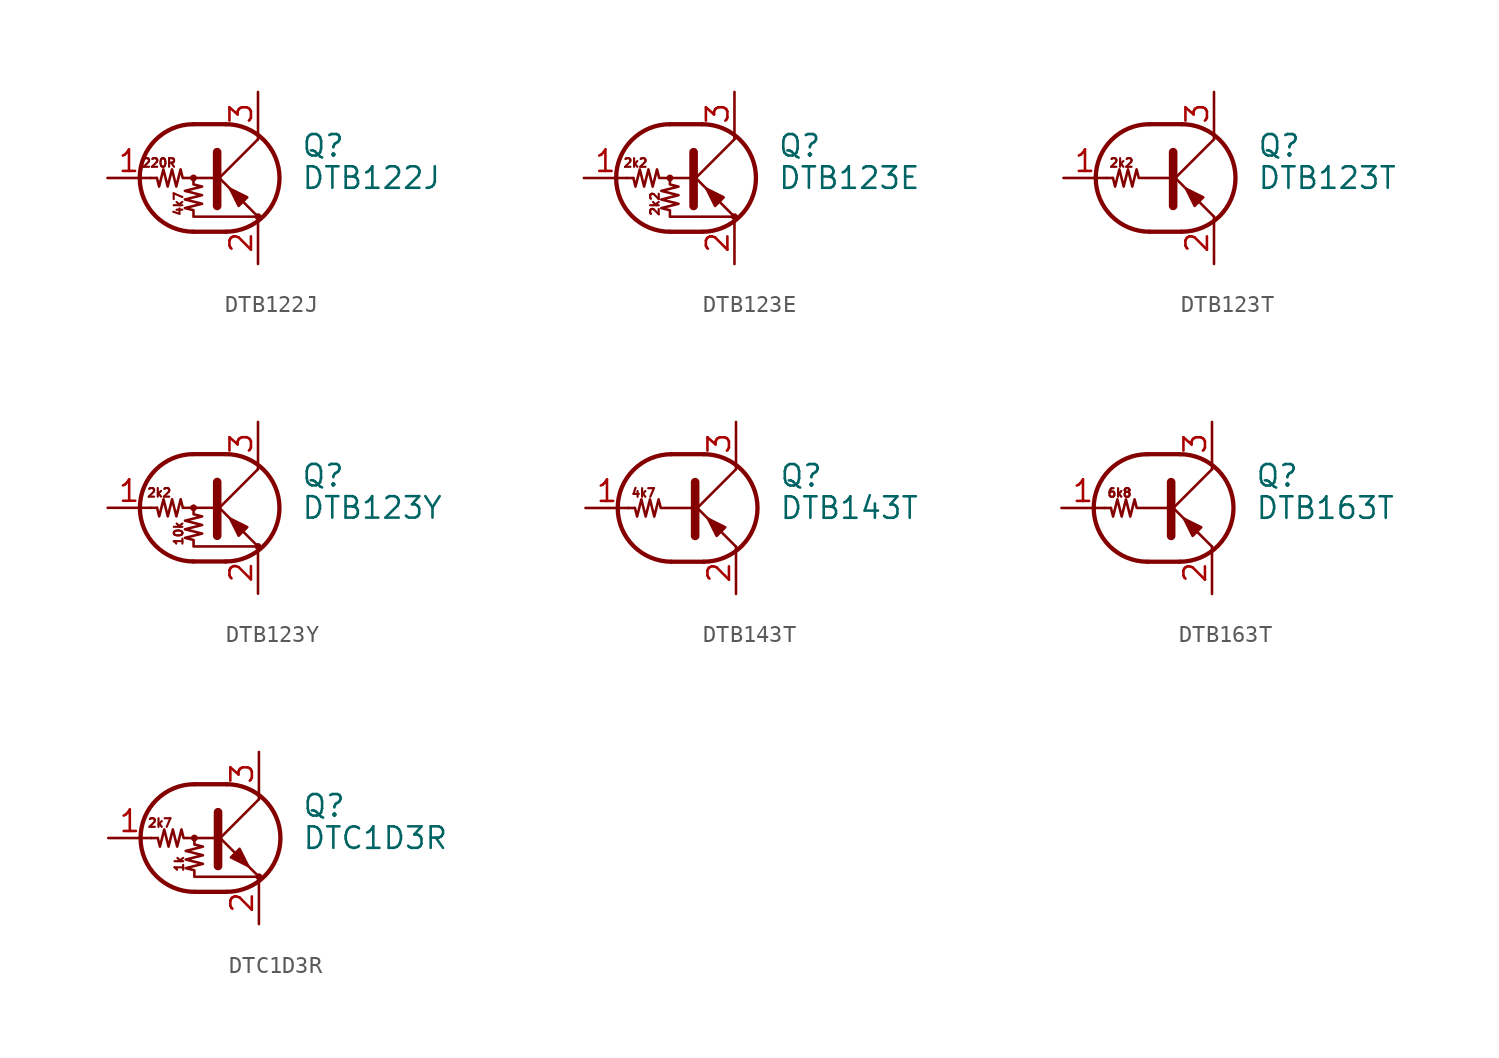
<source format=kicad_sym>
(kicad_symbol_lib
  (version 20241209)
  (generator "kicad_symbol_editor")
  (generator_version "9.0")
  (symbol "DTB122J"
    (pin_names
      (offset 0)
      (hide yes))
    (property "Reference" "Q"
      (at 5.08 1.905 0)
      (effects (font (size 1.27 1.27)) (justify left)))
    (property "Value" "DTB122J"
      (at 5.08 0 0)
      (effects (font (size 1.27 1.27)) (justify left)))
    (symbol "DTB122J_0_0"
      (text "220R" (at -3.302 0.889 0) (effects (font (size 0.508 0.508))))
      (text "4k7" (at -2.159 -1.524 900) (effects (font (size 0.508 0.508)))))
    (symbol "DTB122J_0_1"
      (polyline (pts (xy -3.429 0) (xy -3.81 0)) (stroke (width 0) (type default)) (fill (type none)))
      (polyline (pts (xy -1.27 3.175) (xy 0.635 3.175)) (stroke (width 0.254) (type default)) (fill (type none)))
      (circle (center -1.27 0) (radius 0.127) (stroke (width 0) (type default)) (fill (type none)))
      (polyline (pts (xy -1.27 0) (xy -1.27 -0.381) (xy -0.762 -0.508) (xy -1.778 -0.762) (xy -0.762 -1.016) (xy -1.778 -1.27) (xy -0.762 -1.524) (xy -1.778 -1.778) (xy -1.27 -1.905) (xy -1.27 -2.286) (xy 2.54 -2.286)) (stroke (width 0) (type default)) (fill (type none)))
      (polyline (pts (xy -1.27 -3.175) (xy 0.635 -3.175)) (stroke (width 0.254) (type default)) (fill (type none)))
      (arc (start -1.27 -3.175) (mid -4.4312 0) (end -1.27 3.175) (stroke (width 0.254) (type default)) (fill (type none)))
      (polyline (pts (xy 0 0) (xy -1.905 0) (xy -2.032 0.508) (xy -2.286 -0.508) (xy -2.54 0.508) (xy -2.794 -0.508) (xy -3.048 0.508) (xy -3.302 -0.508) (xy -3.429 0)) (stroke (width 0) (type default)) (fill (type none)))
      (polyline (pts (xy 0 -0.254) (xy 2.54 2.286)) (stroke (width 0) (type default)) (fill (type none)))
      (polyline (pts (xy 0.127 1.524) (xy 0.127 -1.651)) (stroke (width 0.508) (type default)) (fill (type outline)))
      (arc (start 0.635 3.175) (mid 3.7962 0) (end 0.635 -3.175) (stroke (width 0.254) (type default)) (fill (type none)))
      (polyline (pts (xy 1.397 -1.651) (xy 1.905 -1.143) (xy 0.889 -0.635) (xy 1.397 -1.651)) (stroke (width 0) (type default)) (fill (type outline)))
      (polyline (pts (xy 2.54 2.286) (xy 2.54 2.54)) (stroke (width 0) (type default)) (fill (type none)))
      (polyline (pts (xy 2.54 -2.286) (xy 0 0.254) (xy 0 0.254)) (stroke (width 0) (type default)) (fill (type none)))
      (circle (center 2.54 -2.286) (radius 0.127) (stroke (width 0) (type default)) (fill (type none))))
    (symbol "DTB122J_1_1"
      (pin input line (at -6.35 0 0) (length 2.54) (name "B" (effects (font (size 1.27 1.27)))) (number "1" (effects (font (size 1.27 1.27)))))
      (pin passive line (at 2.54 5.08 270) (length 2.54) (name "C" (effects (font (size 1.27 1.27)))) (number "3" (effects (font (size 1.27 1.27)))))
      (pin passive line (at 2.54 -5.08 90) (length 2.54) (name "E" (effects (font (size 1.27 1.27)))) (number "2" (effects (font (size 1.27 1.27)))))))
  (symbol "DTB123E"
    (pin_names
      (offset 0)
      (hide yes))
    (property "Reference" "Q"
      (at 5.08 1.905 0)
      (effects (font (size 1.27 1.27)) (justify left)))
    (property "Value" "DTB123E"
      (at 5.08 0 0)
      (effects (font (size 1.27 1.27)) (justify left)))
    (symbol "DTB123E_0_0"
      (text "2k2" (at -3.302 0.889 0) (effects (font (size 0.508 0.508))))
      (text "2k2" (at -2.159 -1.524 900) (effects (font (size 0.508 0.508)))))
    (symbol "DTB123E_0_1"
      (polyline (pts (xy -3.429 0) (xy -3.81 0)) (stroke (width 0) (type default)) (fill (type none)))
      (polyline (pts (xy -1.27 3.175) (xy 0.635 3.175)) (stroke (width 0.254) (type default)) (fill (type none)))
      (circle (center -1.27 0) (radius 0.127) (stroke (width 0) (type default)) (fill (type none)))
      (polyline (pts (xy -1.27 0) (xy -1.27 -0.381) (xy -0.762 -0.508) (xy -1.778 -0.762) (xy -0.762 -1.016) (xy -1.778 -1.27) (xy -0.762 -1.524) (xy -1.778 -1.778) (xy -1.27 -1.905) (xy -1.27 -2.286) (xy 2.54 -2.286)) (stroke (width 0) (type default)) (fill (type none)))
      (polyline (pts (xy -1.27 -3.175) (xy 0.635 -3.175)) (stroke (width 0.254) (type default)) (fill (type none)))
      (arc (start -1.27 -3.175) (mid -4.4312 0) (end -1.27 3.175) (stroke (width 0.254) (type default)) (fill (type none)))
      (polyline (pts (xy 0 0) (xy -1.905 0) (xy -2.032 0.508) (xy -2.286 -0.508) (xy -2.54 0.508) (xy -2.794 -0.508) (xy -3.048 0.508) (xy -3.302 -0.508) (xy -3.429 0)) (stroke (width 0) (type default)) (fill (type none)))
      (polyline (pts (xy 0 -0.254) (xy 2.54 2.286)) (stroke (width 0) (type default)) (fill (type none)))
      (polyline (pts (xy 0.127 1.524) (xy 0.127 -1.651)) (stroke (width 0.508) (type default)) (fill (type outline)))
      (arc (start 0.635 3.175) (mid 3.7962 0) (end 0.635 -3.175) (stroke (width 0.254) (type default)) (fill (type none)))
      (polyline (pts (xy 1.397 -1.651) (xy 1.905 -1.143) (xy 0.889 -0.635) (xy 1.397 -1.651)) (stroke (width 0) (type default)) (fill (type outline)))
      (polyline (pts (xy 2.54 2.286) (xy 2.54 2.54)) (stroke (width 0) (type default)) (fill (type none)))
      (polyline (pts (xy 2.54 -2.286) (xy 0 0.254) (xy 0 0.254)) (stroke (width 0) (type default)) (fill (type none)))
      (circle (center 2.54 -2.286) (radius 0.127) (stroke (width 0) (type default)) (fill (type none))))
    (symbol "DTB123E_1_1"
      (pin input line (at -6.35 0 0) (length 2.54) (name "B" (effects (font (size 1.27 1.27)))) (number "1" (effects (font (size 1.27 1.27)))))
      (pin passive line (at 2.54 5.08 270) (length 2.54) (name "C" (effects (font (size 1.27 1.27)))) (number "3" (effects (font (size 1.27 1.27)))))
      (pin passive line (at 2.54 -5.08 90) (length 2.54) (name "E" (effects (font (size 1.27 1.27)))) (number "2" (effects (font (size 1.27 1.27)))))))
  (symbol "DTB123T"
    (pin_names
      (offset 0)
      (hide yes))
    (property "Reference" "Q"
      (at 5.08 1.905 0)
      (effects (font (size 1.27 1.27)) (justify left)))
    (property "Value" "DTB123T"
      (at 5.08 0 0)
      (effects (font (size 1.27 1.27)) (justify left)))
    (symbol "DTB123T_0_0"
      (polyline (pts (xy 2.54 -2.286) (xy 2.54 -2.54)) (stroke (width 0) (type default)) (fill (type none)))
      (text "2k2" (at -2.921 0.889 0) (effects (font (size 0.508 0.508)))))
    (symbol "DTB123T_0_1"
      (polyline (pts (xy -3.429 0) (xy -3.81 0)) (stroke (width 0) (type default)) (fill (type none)))
      (polyline (pts (xy -1.27 3.175) (xy 0.635 3.175)) (stroke (width 0.254) (type default)) (fill (type none)))
      (polyline (pts (xy -1.27 -3.175) (xy 0.635 -3.175)) (stroke (width 0.254) (type default)) (fill (type none)))
      (arc (start -1.27 -3.175) (mid -4.4312 0) (end -1.27 3.175) (stroke (width 0.254) (type default)) (fill (type none)))
      (polyline (pts (xy 0 0) (xy -1.905 0) (xy -2.032 0.508) (xy -2.286 -0.508) (xy -2.54 0.508) (xy -2.794 -0.508) (xy -3.048 0.508) (xy -3.302 -0.508) (xy -3.429 0)) (stroke (width 0) (type default)) (fill (type none)))
      (polyline (pts (xy 0 -0.254) (xy 2.54 2.286)) (stroke (width 0) (type default)) (fill (type none)))
      (polyline (pts (xy 0.127 1.524) (xy 0.127 -1.651)) (stroke (width 0.508) (type default)) (fill (type outline)))
      (arc (start 0.635 3.175) (mid 3.7962 0) (end 0.635 -3.175) (stroke (width 0.254) (type default)) (fill (type none)))
      (polyline (pts (xy 1.397 -1.651) (xy 1.905 -1.143) (xy 0.889 -0.635) (xy 1.397 -1.651)) (stroke (width 0) (type default)) (fill (type outline)))
      (polyline (pts (xy 2.54 2.286) (xy 2.54 2.54)) (stroke (width 0) (type default)) (fill (type none)))
      (polyline (pts (xy 2.54 -2.286) (xy 0 0.254) (xy 0 0.254)) (stroke (width 0) (type default)) (fill (type none))))
    (symbol "DTB123T_1_1"
      (pin input line (at -6.35 0 0) (length 2.54) (name "B" (effects (font (size 1.27 1.27)))) (number "1" (effects (font (size 1.27 1.27)))))
      (pin passive line (at 2.54 5.08 270) (length 2.54) (name "C" (effects (font (size 1.27 1.27)))) (number "3" (effects (font (size 1.27 1.27)))))
      (pin passive line (at 2.54 -5.08 90) (length 2.54) (name "E" (effects (font (size 1.27 1.27)))) (number "2" (effects (font (size 1.27 1.27)))))))
  (symbol "DTB123Y"
    (pin_names
      (offset 0)
      (hide yes))
    (property "Reference" "Q"
      (at 5.08 1.905 0)
      (effects (font (size 1.27 1.27)) (justify left)))
    (property "Value" "DTB123Y"
      (at 5.08 0 0)
      (effects (font (size 1.27 1.27)) (justify left)))
    (symbol "DTB123Y_0_0"
      (text "2k2" (at -3.302 0.889 0) (effects (font (size 0.508 0.508))))
      (text "10k" (at -2.159 -1.524 900) (effects (font (size 0.508 0.508)))))
    (symbol "DTB123Y_0_1"
      (polyline (pts (xy -3.429 0) (xy -3.81 0)) (stroke (width 0) (type default)) (fill (type none)))
      (polyline (pts (xy -1.27 3.175) (xy 0.635 3.175)) (stroke (width 0.254) (type default)) (fill (type none)))
      (circle (center -1.27 0) (radius 0.127) (stroke (width 0) (type default)) (fill (type none)))
      (polyline (pts (xy -1.27 0) (xy -1.27 -0.381) (xy -0.762 -0.508) (xy -1.778 -0.762) (xy -0.762 -1.016) (xy -1.778 -1.27) (xy -0.762 -1.524) (xy -1.778 -1.778) (xy -1.27 -1.905) (xy -1.27 -2.286) (xy 2.54 -2.286)) (stroke (width 0) (type default)) (fill (type none)))
      (polyline (pts (xy -1.27 -3.175) (xy 0.635 -3.175)) (stroke (width 0.254) (type default)) (fill (type none)))
      (arc (start -1.27 -3.175) (mid -4.4312 0) (end -1.27 3.175) (stroke (width 0.254) (type default)) (fill (type none)))
      (polyline (pts (xy 0 0) (xy -1.905 0) (xy -2.032 0.508) (xy -2.286 -0.508) (xy -2.54 0.508) (xy -2.794 -0.508) (xy -3.048 0.508) (xy -3.302 -0.508) (xy -3.429 0)) (stroke (width 0) (type default)) (fill (type none)))
      (polyline (pts (xy 0 -0.254) (xy 2.54 2.286)) (stroke (width 0) (type default)) (fill (type none)))
      (polyline (pts (xy 0.127 1.524) (xy 0.127 -1.651)) (stroke (width 0.508) (type default)) (fill (type outline)))
      (arc (start 0.635 3.175) (mid 3.7962 0) (end 0.635 -3.175) (stroke (width 0.254) (type default)) (fill (type none)))
      (polyline (pts (xy 1.397 -1.651) (xy 1.905 -1.143) (xy 0.889 -0.635) (xy 1.397 -1.651)) (stroke (width 0) (type default)) (fill (type outline)))
      (polyline (pts (xy 2.54 2.286) (xy 2.54 2.54)) (stroke (width 0) (type default)) (fill (type none)))
      (polyline (pts (xy 2.54 -2.286) (xy 0 0.254) (xy 0 0.254)) (stroke (width 0) (type default)) (fill (type none)))
      (circle (center 2.54 -2.286) (radius 0.127) (stroke (width 0) (type default)) (fill (type none))))
    (symbol "DTB123Y_1_1"
      (pin input line (at -6.35 0 0) (length 2.54) (name "B" (effects (font (size 1.27 1.27)))) (number "1" (effects (font (size 1.27 1.27)))))
      (pin passive line (at 2.54 5.08 270) (length 2.54) (name "C" (effects (font (size 1.27 1.27)))) (number "3" (effects (font (size 1.27 1.27)))))
      (pin passive line (at 2.54 -5.08 90) (length 2.54) (name "E" (effects (font (size 1.27 1.27)))) (number "2" (effects (font (size 1.27 1.27)))))))
  (symbol "DTB143T"
    (pin_names
      (offset 0)
      (hide yes))
    (property "Reference" "Q"
      (at 5.08 1.905 0)
      (effects (font (size 1.27 1.27)) (justify left)))
    (property "Value" "DTB143T"
      (at 5.08 0 0)
      (effects (font (size 1.27 1.27)) (justify left)))
    (symbol "DTB143T_0_0"
      (polyline (pts (xy 2.54 -2.286) (xy 2.54 -2.54)) (stroke (width 0) (type default)) (fill (type none)))
      (text "4k7" (at -2.921 0.889 0) (effects (font (size 0.508 0.508)))))
    (symbol "DTB143T_0_1"
      (polyline (pts (xy -3.429 0) (xy -3.81 0)) (stroke (width 0) (type default)) (fill (type none)))
      (polyline (pts (xy -1.27 3.175) (xy 0.635 3.175)) (stroke (width 0.254) (type default)) (fill (type none)))
      (polyline (pts (xy -1.27 -3.175) (xy 0.635 -3.175)) (stroke (width 0.254) (type default)) (fill (type none)))
      (arc (start -1.27 -3.175) (mid -4.4312 0) (end -1.27 3.175) (stroke (width 0.254) (type default)) (fill (type none)))
      (polyline (pts (xy 0 0) (xy -1.905 0) (xy -2.032 0.508) (xy -2.286 -0.508) (xy -2.54 0.508) (xy -2.794 -0.508) (xy -3.048 0.508) (xy -3.302 -0.508) (xy -3.429 0)) (stroke (width 0) (type default)) (fill (type none)))
      (polyline (pts (xy 0 -0.254) (xy 2.54 2.286)) (stroke (width 0) (type default)) (fill (type none)))
      (polyline (pts (xy 0.127 1.524) (xy 0.127 -1.651)) (stroke (width 0.508) (type default)) (fill (type outline)))
      (arc (start 0.635 3.175) (mid 3.7962 0) (end 0.635 -3.175) (stroke (width 0.254) (type default)) (fill (type none)))
      (polyline (pts (xy 1.397 -1.651) (xy 1.905 -1.143) (xy 0.889 -0.635) (xy 1.397 -1.651)) (stroke (width 0) (type default)) (fill (type outline)))
      (polyline (pts (xy 2.54 2.286) (xy 2.54 2.54)) (stroke (width 0) (type default)) (fill (type none)))
      (polyline (pts (xy 2.54 -2.286) (xy 0 0.254) (xy 0 0.254)) (stroke (width 0) (type default)) (fill (type none))))
    (symbol "DTB143T_1_1"
      (pin input line (at -6.35 0 0) (length 2.54) (name "B" (effects (font (size 1.27 1.27)))) (number "1" (effects (font (size 1.27 1.27)))))
      (pin passive line (at 2.54 5.08 270) (length 2.54) (name "C" (effects (font (size 1.27 1.27)))) (number "3" (effects (font (size 1.27 1.27)))))
      (pin passive line (at 2.54 -5.08 90) (length 2.54) (name "E" (effects (font (size 1.27 1.27)))) (number "2" (effects (font (size 1.27 1.27)))))))
  (symbol "DTB163T"
    (pin_names
      (offset 0)
      (hide yes))
    (property "Reference" "Q"
      (at 5.08 1.905 0)
      (effects (font (size 1.27 1.27)) (justify left)))
    (property "Value" "DTB163T"
      (at 5.08 0 0)
      (effects (font (size 1.27 1.27)) (justify left)))
    (symbol "DTB163T_0_0"
      (polyline (pts (xy 2.54 -2.286) (xy 2.54 -2.54)) (stroke (width 0) (type default)) (fill (type none)))
      (text "6k8" (at -2.921 0.889 0) (effects (font (size 0.508 0.508)))))
    (symbol "DTB163T_0_1"
      (polyline (pts (xy -3.429 0) (xy -3.81 0)) (stroke (width 0) (type default)) (fill (type none)))
      (polyline (pts (xy -1.27 3.175) (xy 0.635 3.175)) (stroke (width 0.254) (type default)) (fill (type none)))
      (polyline (pts (xy -1.27 -3.175) (xy 0.635 -3.175)) (stroke (width 0.254) (type default)) (fill (type none)))
      (arc (start -1.27 -3.175) (mid -4.4312 0) (end -1.27 3.175) (stroke (width 0.254) (type default)) (fill (type none)))
      (polyline (pts (xy 0 0) (xy -1.905 0) (xy -2.032 0.508) (xy -2.286 -0.508) (xy -2.54 0.508) (xy -2.794 -0.508) (xy -3.048 0.508) (xy -3.302 -0.508) (xy -3.429 0)) (stroke (width 0) (type default)) (fill (type none)))
      (polyline (pts (xy 0 -0.254) (xy 2.54 2.286)) (stroke (width 0) (type default)) (fill (type none)))
      (polyline (pts (xy 0.127 1.524) (xy 0.127 -1.651)) (stroke (width 0.508) (type default)) (fill (type outline)))
      (arc (start 0.635 3.175) (mid 3.7962 0) (end 0.635 -3.175) (stroke (width 0.254) (type default)) (fill (type none)))
      (polyline (pts (xy 1.397 -1.651) (xy 1.905 -1.143) (xy 0.889 -0.635) (xy 1.397 -1.651)) (stroke (width 0) (type default)) (fill (type outline)))
      (polyline (pts (xy 2.54 2.286) (xy 2.54 2.54)) (stroke (width 0) (type default)) (fill (type none)))
      (polyline (pts (xy 2.54 -2.286) (xy 0 0.254) (xy 0 0.254)) (stroke (width 0) (type default)) (fill (type none))))
    (symbol "DTB163T_1_1"
      (pin input line (at -6.35 0 0) (length 2.54) (name "B" (effects (font (size 1.27 1.27)))) (number "1" (effects (font (size 1.27 1.27)))))
      (pin passive line (at 2.54 5.08 270) (length 2.54) (name "C" (effects (font (size 1.27 1.27)))) (number "3" (effects (font (size 1.27 1.27)))))
      (pin passive line (at 2.54 -5.08 90) (length 2.54) (name "E" (effects (font (size 1.27 1.27)))) (number "2" (effects (font (size 1.27 1.27)))))))
  (symbol "DTC1D3R"
    (pin_names
      (offset 0)
      (hide yes))
    (property "Reference" "Q"
      (at 5.08 1.905 0)
      (effects (font (size 1.27 1.27)) (justify left)))
    (property "Value" "DTC1D3R"
      (at 5.08 0 0)
      (effects (font (size 1.27 1.27)) (justify left)))
    (symbol "DTC1D3R_0_0"
      (text "2k7" (at -3.302 0.889 0) (effects (font (size 0.508 0.508))))
      (text "1k" (at -2.159 -1.524 900) (effects (font (size 0.508 0.508)))))
    (symbol "DTC1D3R_0_1"
      (polyline (pts (xy -3.429 0) (xy -3.81 0)) (stroke (width 0) (type default)) (fill (type none)))
      (polyline (pts (xy -1.27 3.175) (xy 0.635 3.175)) (stroke (width 0.254) (type default)) (fill (type none)))
      (circle (center -1.27 0) (radius 0.127) (stroke (width 0) (type default)) (fill (type none)))
      (polyline (pts (xy -1.27 0) (xy -1.27 -0.381) (xy -0.762 -0.508) (xy -1.778 -0.762) (xy -0.762 -1.016) (xy -1.778 -1.27) (xy -0.762 -1.524) (xy -1.778 -1.778) (xy -1.27 -1.905) (xy -1.27 -2.286) (xy 2.54 -2.286)) (stroke (width 0) (type default)) (fill (type none)))
      (polyline (pts (xy -1.27 -3.175) (xy 0.635 -3.175)) (stroke (width 0.254) (type default)) (fill (type none)))
      (arc (start -1.27 -3.175) (mid -4.4312 0) (end -1.27 3.175) (stroke (width 0.254) (type default)) (fill (type none)))
      (polyline (pts (xy 0 0) (xy -1.905 0) (xy -2.032 0.508) (xy -2.286 -0.508) (xy -2.54 0.508) (xy -2.794 -0.508) (xy -3.048 0.508) (xy -3.302 -0.508) (xy -3.429 0)) (stroke (width 0) (type default)) (fill (type none)))
      (polyline (pts (xy 0 -0.254) (xy 2.54 2.286)) (stroke (width 0) (type default)) (fill (type none)))
      (polyline (pts (xy 0.127 1.524) (xy 0.127 -1.651)) (stroke (width 0.508) (type default)) (fill (type outline)))
      (arc (start 0.635 3.175) (mid 3.7962 0) (end 0.635 -3.175) (stroke (width 0.254) (type default)) (fill (type none)))
      (polyline (pts (xy 0.889 -1.143) (xy 1.397 -0.635) (xy 1.905 -1.651) (xy 0.889 -1.143)) (stroke (width 0) (type default)) (fill (type outline)))
      (polyline (pts (xy 2.54 2.286) (xy 2.54 2.54)) (stroke (width 0) (type default)) (fill (type none)))
      (polyline (pts (xy 2.54 -2.286) (xy 0 0.254) (xy 0 0.254)) (stroke (width 0) (type default)) (fill (type none)))
      (circle (center 2.54 -2.286) (radius 0.127) (stroke (width 0) (type default)) (fill (type none))))
    (symbol "DTC1D3R_1_1"
      (pin input line (at -6.35 0 0) (length 2.54) (name "B" (effects (font (size 1.27 1.27)))) (number "1" (effects (font (size 1.27 1.27)))))
      (pin passive line (at 2.54 5.08 270) (length 2.54) (name "C" (effects (font (size 1.27 1.27)))) (number "3" (effects (font (size 1.27 1.27)))))
      (pin passive line (at 2.54 -5.08 90) (length 2.54) (name "E" (effects (font (size 1.27 1.27)))) (number "2" (effects (font (size 1.27 1.27))))))))
</source>
